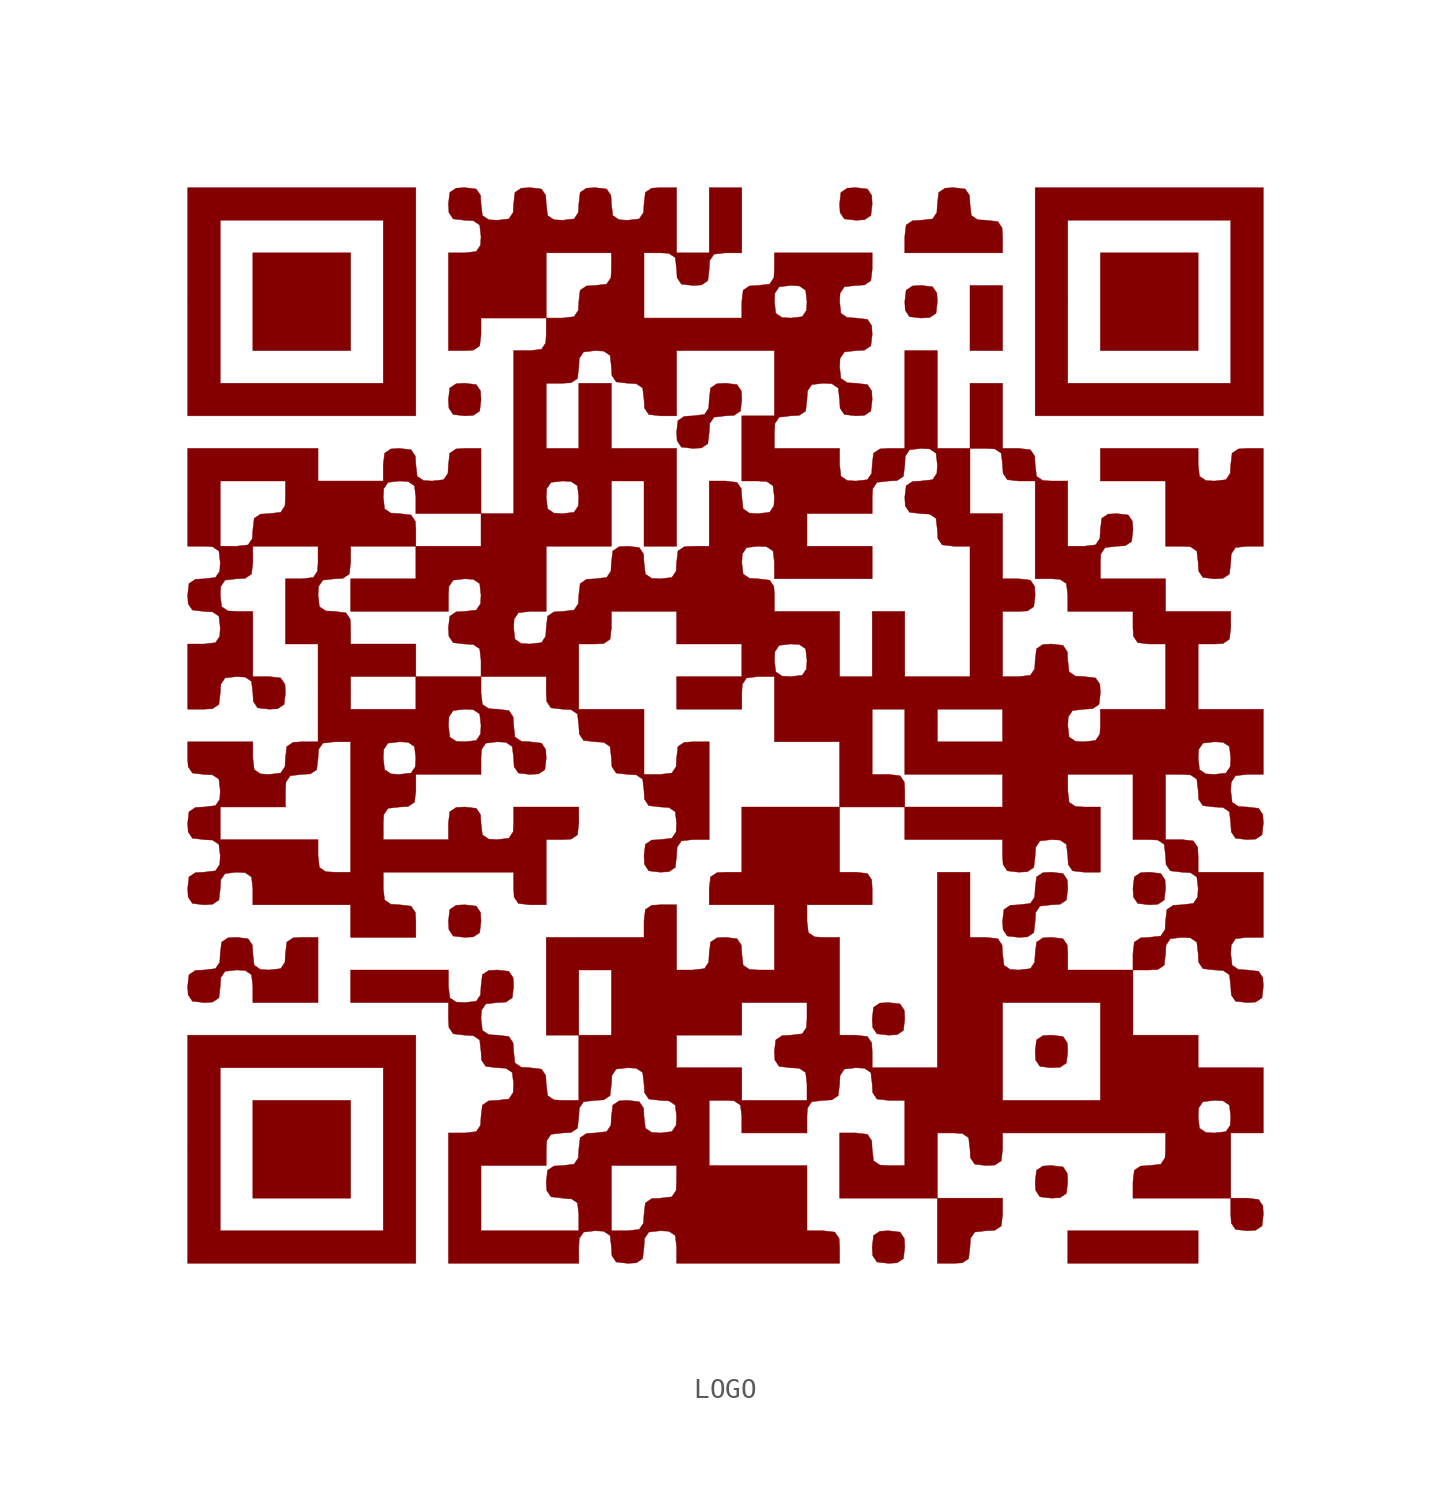
<source format=kicad_sym>
(kicad_symbol_lib
  (version 20220914)
  (generator "bitmap2component")
  (generator_version "9.0")
  (symbol "LOGO"
    (pin_names
      (offset 1.016))
    (property "Reference" "#G"
      (at 0 31.791 0)
      (effects (font (size 1.27 1.27)) hide))
    (symbol "LOGO_0_0"
      (polyline (pts (xy -15.402 -21.077) (xy -15.402 -15.402) (xy -21.077 -15.402) (xy -26.751 -15.402) (xy -26.751 -21.077) (xy -25.13 -21.077) (xy -25.13 -17.023) (xy -21.077 -17.023) (xy -17.023 -17.023) (xy -17.023 -21.077) (xy -17.023 -25.13) (xy -21.077 -25.13) (xy -25.13 -25.13) (xy -25.13 -21.077) (xy -26.751 -21.077) (xy -26.751 -26.751) (xy -21.077 -26.751) (xy -15.402 -26.751) (xy -15.402 -21.077)) (stroke (width 0.01) (type default)) (fill (type outline)))
      (polyline (pts (xy -7.296 -25.94) (xy -7.271 -25.513) (xy -7.059 -25.197) (xy -6.485 -25.13) (xy -6.057 -25.155) (xy -5.741 -25.366) (xy -5.675 -25.94) (xy -5.65 -26.368) (xy -5.438 -26.684) (xy -4.864 -26.751) (xy -4.436 -26.726) (xy -4.12 -26.515) (xy -4.053 -25.94) (xy -4.028 -25.513) (xy -3.817 -25.197) (xy -3.243 -25.13) (xy -2.815 -25.155) (xy -2.499 -25.366) (xy -2.432 -25.94) (xy -2.432 -26.751) (xy 1.621 -26.751) (xy 5.675 -26.751) (xy 5.675 -25.94) (xy 5.65 -25.513) (xy 5.438 -25.197) (xy 4.864 -25.13) (xy 4.053 -25.13) (xy 4.053 -23.509) (xy 4.053 -21.887) (xy 1.621 -21.887) (xy -0.811 -21.887) (xy -0.811 -20.266) (xy -0.811 -18.645) (xy 0 -18.645) (xy 0.428 -18.669) (xy 0.744 -18.881) (xy 0.811 -19.455) (xy 0.811 -20.266) (xy 2.432 -20.266) (xy 4.053 -20.266) (xy 4.053 -19.455) (xy 4.078 -19.027) (xy 4.29 -18.712) (xy 4.864 -18.645) (xy 5.292 -18.62) (xy 5.607 -18.408) (xy 5.675 -17.834) (xy 5.699 -17.406) (xy 5.911 -17.09) (xy 6.485 -17.023) (xy 6.913 -17.048) (xy 7.229 -17.26) (xy 7.296 -17.834) (xy 7.321 -18.262) (xy 7.532 -18.578) (xy 8.106 -18.645) (xy 8.917 -18.645) (xy 8.917 -19.455) (xy 23.509 -19.455) (xy 23.533 -19.027) (xy 23.745 -18.712) (xy 24.319 -18.645) (xy 24.747 -18.669) (xy 25.063 -18.881) (xy 25.13 -19.455) (xy 25.105 -19.883) (xy 24.893 -20.199) (xy 24.319 -20.266) (xy 23.891 -20.241) (xy 23.575 -20.029) (xy 23.509 -19.455) (xy 8.917 -19.455) (xy 8.917 -20.266) (xy 8.917 -21.887) (xy 8.106 -21.887) (xy 7.678 -21.862) (xy 7.363 -21.651) (xy 7.296 -21.077) (xy 7.271 -20.649) (xy 7.059 -20.333) (xy 6.485 -20.266) (xy 5.675 -20.266) (xy 5.675 -21.887) (xy 5.675 -23.509) (xy 8.106 -23.509) (xy 10.538 -23.509) (xy 10.538 -25.13) (xy 10.538 -26.751) (xy 11.349 -26.751) (xy 11.777 -26.726) (xy 12.093 -26.515) (xy 12.16 -25.94) (xy 12.184 -25.513) (xy 12.396 -25.197) (xy 12.97 -25.13) (xy 13.398 -25.105) (xy 13.714 -24.893) (xy 13.781 -24.319) (xy 13.781 -23.509) (xy 12.16 -23.509) (xy 10.538 -23.509) (xy 10.538 -21.887) (xy 10.538 -20.266) (xy 11.349 -20.266) (xy 11.777 -20.291) (xy 12.093 -20.502) (xy 12.16 -21.077) (xy 12.184 -21.504) (xy 12.396 -21.82) (xy 12.97 -21.887) (xy 13.398 -21.862) (xy 13.714 -21.651) (xy 13.781 -21.077) (xy 13.781 -20.266) (xy 17.834 -20.266) (xy 21.887 -20.266) (xy 21.887 -21.077) (xy 21.862 -21.504) (xy 21.651 -21.82) (xy 21.077 -21.887) (xy 20.649 -21.912) (xy 20.333 -22.124) (xy 20.266 -22.698) (xy 20.266 -23.509) (xy 22.698 -23.509) (xy 25.13 -23.509) (xy 25.13 -24.319) (xy 25.155 -24.747) (xy 25.366 -25.063) (xy 25.94 -25.13) (xy 26.368 -25.105) (xy 26.684 -24.893) (xy 26.751 -24.319) (xy 26.726 -23.891) (xy 26.515 -23.575) (xy 25.94 -23.509) (xy 25.13 -23.509) (xy 25.13 -21.887) (xy 25.13 -20.266) (xy 25.94 -20.266) (xy 26.751 -20.266) (xy 26.751 -18.645) (xy 26.751 -17.023) (xy 25.13 -17.023) (xy 23.509 -17.023) (xy 23.509 -16.213) (xy 23.509 -15.402) (xy 21.887 -15.402) (xy 20.266 -15.402) (xy 20.266 -13.781) (xy 20.266 -12.16) (xy 18.645 -12.16) (xy 17.023 -12.16) (xy 17.023 -11.349) (xy 16.999 -10.921) (xy 16.787 -10.605) (xy 16.213 -10.538) (xy 15.785 -10.563) (xy 15.469 -10.775) (xy 15.402 -11.349) (xy 15.377 -11.777) (xy 15.166 -12.093) (xy 14.591 -12.16) (xy 14.164 -12.135) (xy 13.848 -11.923) (xy 13.781 -11.349) (xy 13.756 -10.921) (xy 13.544 -10.605) (xy 12.97 -10.538) (xy 12.16 -10.538) (xy 12.16 -8.917) (xy 12.16 -7.296) (xy 11.349 -7.296) (xy 10.538 -7.296) (xy 10.538 -12.16) (xy 10.538 -16.213) (xy 13.781 -16.213) (xy 13.781 -13.781) (xy 16.213 -13.781) (xy 18.645 -13.781) (xy 18.645 -16.213) (xy 18.645 -18.645) (xy 16.213 -18.645) (xy 13.781 -18.645) (xy 13.781 -16.213) (xy 10.538 -16.213) (xy 10.538 -17.023) (xy 8.917 -17.023) (xy 7.296 -17.023) (xy 7.296 -16.213) (xy 7.271 -15.785) (xy 7.059 -15.469) (xy 6.485 -15.402) (xy 5.675 -15.402) (xy 5.675 -12.97) (xy 5.675 -10.538) (xy 4.864 -10.538) (xy 4.436 -10.513) (xy 4.12 -10.302) (xy 4.053 -9.728) (xy 4.053 -8.917) (xy 5.675 -8.917) (xy 7.296 -8.917) (xy 7.296 -8.106) (xy 7.271 -7.678) (xy 7.059 -7.363) (xy 6.485 -7.296) (xy 5.675 -7.296) (xy 5.675 -5.675) (xy 5.675 -4.053) (xy 7.296 -4.053) (xy 8.917 -4.053) (xy 8.917 -4.864) (xy 8.917 -5.675) (xy 11.349 -5.675) (xy 13.781 -5.675) (xy 13.781 -6.485) (xy 13.806 -6.913) (xy 14.017 -7.229) (xy 14.591 -7.296) (xy 15.019 -7.271) (xy 15.335 -7.059) (xy 15.402 -6.485) (xy 15.427 -6.057) (xy 15.639 -5.741) (xy 16.213 -5.675) (xy 16.641 -5.699) (xy 16.956 -5.911) (xy 17.023 -6.485) (xy 17.048 -6.913) (xy 17.26 -7.229) (xy 17.834 -7.296) (xy 18.645 -7.296) (xy 18.645 -5.675) (xy 18.645 -4.053) (xy 17.834 -4.053) (xy 17.406 -4.028) (xy 17.09 -3.817) (xy 17.023 -3.243) (xy 17.023 -2.432) (xy 18.645 -2.432) (xy 20.266 -2.432) (xy 20.266 -4.053) (xy 20.266 -5.675) (xy 21.077 -5.675) (xy 21.504 -5.699) (xy 21.82 -5.911) (xy 21.887 -6.485) (xy 21.912 -6.913) (xy 22.124 -7.229) (xy 22.698 -7.296) (xy 23.126 -7.321) (xy 23.442 -7.532) (xy 23.509 -8.106) (xy 23.484 -8.534) (xy 23.272 -8.85) (xy 22.698 -8.917) (xy 22.27 -8.942) (xy 21.954 -9.153) (xy 21.887 -9.728) (xy 21.862 -10.155) (xy 21.651 -10.471) (xy 21.077 -10.538) (xy 20.649 -10.563) (xy 20.333 -10.775) (xy 20.266 -11.349) (xy 20.266 -12.16) (xy 21.077 -12.16) (xy 21.504 -12.135) (xy 21.82 -11.923) (xy 21.887 -11.349) (xy 21.912 -10.921) (xy 22.124 -10.605) (xy 22.698 -10.538) (xy 23.126 -10.563) (xy 23.442 -10.775) (xy 23.509 -11.349) (xy 23.533 -11.777) (xy 23.745 -12.093) (xy 24.319 -12.16) (xy 24.747 -12.184) (xy 25.063 -12.396) (xy 25.13 -12.97) (xy 25.155 -13.398) (xy 25.366 -13.714) (xy 25.94 -13.781) (xy 26.368 -13.756) (xy 26.684 -13.544) (xy 26.751 -12.97) (xy 26.726 -12.542) (xy 26.515 -12.226) (xy 25.94 -12.16) (xy 25.513 -12.135) (xy 25.197 -11.923) (xy 25.13 -11.349) (xy 25.155 -10.921) (xy 25.366 -10.605) (xy 25.94 -10.538) (xy 26.751 -10.538) (xy 26.751 -8.917) (xy 26.751 -7.296) (xy 25.13 -7.296) (xy 23.509 -7.296) (xy 23.509 -6.485) (xy 23.484 -6.057) (xy 23.272 -5.741) (xy 22.698 -5.675) (xy 21.887 -5.675) (xy 21.887 -4.053) (xy 21.887 -2.432) (xy 22.698 -2.432) (xy 23.126 -2.457) (xy 23.442 -2.668) (xy 23.509 -3.243) (xy 23.533 -3.67) (xy 23.745 -3.986) (xy 24.319 -4.053) (xy 24.747 -4.078) (xy 25.063 -4.29) (xy 25.13 -4.864) (xy 25.155 -5.292) (xy 25.366 -5.607) (xy 25.94 -5.675) (xy 26.368 -5.65) (xy 26.684 -5.438) (xy 26.751 -4.864) (xy 26.726 -4.436) (xy 26.515 -4.12) (xy 25.94 -4.053) (xy 25.513 -4.028) (xy 25.197 -3.817) (xy 25.13 -3.243) (xy 25.155 -2.815) (xy 25.366 -2.499) (xy 25.94 -2.432) (xy 26.751 -2.432) (xy 26.751 -0.811) (xy 26.751 0.811) (xy 25.13 0.811) (xy 23.509 0.811) (xy 23.509 2.432) (xy 23.509 4.053) (xy 24.319 4.053) (xy 24.747 4.078) (xy 25.063 4.29) (xy 25.13 4.864) (xy 25.13 5.675) (xy 23.509 5.675) (xy 21.887 5.675) (xy 21.887 6.485) (xy 21.887 7.296) (xy 20.266 7.296) (xy 18.645 7.296) (xy 18.645 8.106) (xy 18.669 8.534) (xy 18.881 8.85) (xy 19.455 8.917) (xy 19.883 8.942) (xy 20.199 9.153) (xy 20.266 9.728) (xy 20.241 10.155) (xy 20.029 10.471) (xy 19.455 10.538) (xy 19.027 10.514) (xy 18.712 10.302) (xy 18.645 9.728) (xy 18.62 9.3) (xy 18.408 8.984) (xy 17.834 8.917) (xy 17.023 8.917) (xy 17.023 10.538) (xy 17.023 12.16) (xy 16.213 12.16) (xy 15.785 12.184) (xy 15.469 12.396) (xy 15.402 12.97) (xy 15.377 13.398) (xy 15.166 13.714) (xy 14.591 13.781) (xy 13.781 13.781) (xy 13.781 15.402) (xy 13.781 17.023) (xy 12.97 17.023) (xy 12.16 17.023) (xy 12.16 15.402) (xy 12.16 13.781) (xy 11.349 13.781) (xy 10.538 13.781) (xy 10.538 16.213) (xy 10.538 18.645) (xy 9.728 18.645) (xy 8.917 18.645) (xy 8.917 16.213) (xy 8.917 13.781) (xy 8.106 13.781) (xy 7.678 13.756) (xy 7.363 13.544) (xy 7.296 12.97) (xy 7.271 12.542) (xy 7.059 12.226) (xy 6.485 12.16) (xy 6.057 12.184) (xy 5.741 12.396) (xy 5.675 12.97) (xy 5.675 13.781) (xy 4.053 13.781) (xy 2.432 13.781) (xy 2.432 14.591) (xy 2.457 15.019) (xy 2.668 15.335) (xy 3.243 15.402) (xy 3.67 15.427) (xy 3.986 15.639) (xy 4.053 16.213) (xy 4.078 16.641) (xy 4.29 16.956) (xy 4.864 17.023) (xy 5.292 16.999) (xy 5.607 16.787) (xy 5.675 16.213) (xy 5.699 15.785) (xy 5.911 15.469) (xy 6.485 15.402) (xy 6.913 15.427) (xy 7.229 15.639) (xy 7.296 16.213) (xy 7.271 16.641) (xy 7.059 16.956) (xy 6.485 17.023) (xy 6.057 17.048) (xy 5.741 17.26) (xy 5.675 17.834) (xy 5.699 18.262) (xy 5.911 18.578) (xy 6.485 18.645) (xy 6.913 18.669) (xy 7.229 18.881) (xy 7.296 19.455) (xy 7.271 19.883) (xy 7.059 20.199) (xy 6.485 20.266) (xy 6.057 20.291) (xy 5.741 20.502) (xy 5.675 21.077) (xy 5.699 21.505) (xy 5.911 21.82) (xy 6.485 21.887) (xy 6.913 21.912) (xy 7.229 22.124) (xy 7.296 22.698) (xy 7.296 23.509) (xy 4.864 23.509) (xy 2.432 23.509) (xy 2.432 22.698) (xy 2.407 22.27) (xy 2.195 21.954) (xy 1.621 21.887) (xy 1.193 21.862) (xy 0.878 21.651) (xy 0.811 21.077) (xy 2.432 21.077) (xy 2.457 21.505) (xy 2.668 21.82) (xy 3.243 21.887) (xy 3.67 21.862) (xy 3.986 21.651) (xy 4.053 21.077) (xy 4.028 20.649) (xy 3.817 20.333) (xy 3.243 20.266) (xy 2.815 20.291) (xy 2.499 20.502) (xy 2.432 21.077) (xy 0.811 21.077) (xy 0.811 20.266) (xy -1.621 20.266) (xy -4.053 20.266) (xy -4.053 21.887) (xy -4.053 23.509) (xy -3.243 23.509) (xy -2.815 23.484) (xy -2.499 23.272) (xy -2.432 22.698) (xy -2.407 22.27) (xy -2.196 21.954) (xy -1.621 21.887) (xy -1.193 21.912) (xy -0.878 22.124) (xy -0.811 22.698) (xy -0.786 23.126) (xy -0.574 23.442) (xy 0 23.509) (xy 0.811 23.509) (xy 0.811 25.13) (xy 0.811 26.751) (xy 0 26.751) (xy -0.811 26.751) (xy -0.811 25.13) (xy -0.811 23.509) (xy -1.621 23.509) (xy -2.432 23.509) (xy -2.432 25.13) (xy -2.432 26.751) (xy -3.243 26.751) (xy -3.67 26.726) (xy -3.986 26.515) (xy -4.053 25.94) (xy -4.078 25.513) (xy -4.29 25.197) (xy -4.864 25.13) (xy -5.292 25.155) (xy -5.607 25.366) (xy -5.675 25.94) (xy -5.699 26.368) (xy -5.911 26.684) (xy -6.485 26.751) (xy -6.913 26.726) (xy -7.229 26.515) (xy -7.296 25.94) (xy -7.321 25.513) (xy -7.532 25.197) (xy -8.106 25.13) (xy -8.534 25.155) (xy -8.85 25.366) (xy -8.917 25.94) (xy -8.942 26.368) (xy -9.153 26.684) (xy -9.728 26.751) (xy -10.155 26.726) (xy -10.471 26.515) (xy -10.538 25.94) (xy -10.563 25.513) (xy -10.775 25.197) (xy -11.349 25.13) (xy -11.777 25.155) (xy -12.093 25.366) (xy -12.16 25.94) (xy -12.184 26.368) (xy -12.396 26.684) (xy -12.97 26.751) (xy -13.398 26.726) (xy -13.714 26.515) (xy -13.781 25.94) (xy -13.756 25.513) (xy -13.544 25.197) (xy -12.97 25.13) (xy -12.542 25.105) (xy -12.226 24.893) (xy -12.16 24.319) (xy -12.184 23.891) (xy -12.396 23.576) (xy -12.97 23.509) (xy -13.781 23.509) (xy -13.781 21.887) (xy -8.917 21.887) (xy -8.917 23.509) (xy -7.296 23.509) (xy -5.675 23.509) (xy -5.675 22.698) (xy -5.699 22.27) (xy -5.911 21.954) (xy -6.485 21.887) (xy -6.913 21.862) (xy -7.229 21.651) (xy -7.296 21.077) (xy -7.321 20.649) (xy -7.532 20.333) (xy -8.106 20.266) (xy -8.917 20.266) (xy -8.917 21.887) (xy -13.781 21.887) (xy -13.781 21.077) (xy -13.781 18.645) (xy -12.97 18.645) (xy -12.542 18.669) (xy -12.226 18.881) (xy -12.16 19.455) (xy -12.16 20.266) (xy -10.538 20.266) (xy -8.917 20.266) (xy -8.917 19.455) (xy -8.942 19.027) (xy -9.153 18.712) (xy -9.728 18.645) (xy -10.538 18.645) (xy -10.538 14.591) (xy -10.538 11.349) (xy -8.917 11.349) (xy -8.892 11.777) (xy -8.681 12.093) (xy -8.106 12.16) (xy -7.678 12.135) (xy -7.363 11.923) (xy -7.296 11.349) (xy -7.321 10.921) (xy -7.532 10.605) (xy -8.106 10.538) (xy -8.534 10.563) (xy -8.85 10.775) (xy -8.917 11.349) (xy -10.538 11.349) (xy -10.538 10.538) (xy -11.349 10.538) (xy -12.16 10.538) (xy -12.16 12.16) (xy -12.16 13.781) (xy -12.97 13.781) (xy -13.398 13.756) (xy -13.714 13.544) (xy -13.781 12.97) (xy -13.806 12.542) (xy -14.017 12.226) (xy -14.591 12.16) (xy -15.019 12.184) (xy -15.335 12.396) (xy -15.402 12.97) (xy -15.427 13.398) (xy -15.639 13.714) (xy -16.213 13.781) (xy -16.641 13.756) (xy -16.956 13.544) (xy -17.023 12.97) (xy -17.023 12.16) (xy -18.645 12.16) (xy -20.266 12.16) (xy -20.266 12.97) (xy -20.266 13.781) (xy -23.509 13.781) (xy -26.751 13.781) (xy -26.751 11.349) (xy -26.751 10.538) (xy -25.13 10.538) (xy -25.13 12.16) (xy -23.509 12.16) (xy -21.887 12.16) (xy -21.887 11.349) (xy -17.023 11.349) (xy -16.999 11.777) (xy -16.787 12.093) (xy -16.213 12.16) (xy -15.785 12.135) (xy -15.469 11.923) (xy -15.402 11.349) (xy -15.402 10.538) (xy -13.781 10.538) (xy -12.16 10.538) (xy -12.16 9.728) (xy -12.16 8.917) (xy -13.781 8.917) (xy -15.402 8.917) (xy -15.402 9.728) (xy -15.427 10.155) (xy -15.639 10.471) (xy -16.213 10.538) (xy -16.641 10.563) (xy -16.956 10.775) (xy -17.023 11.349) (xy -21.887 11.349) (xy -21.912 10.921) (xy -22.124 10.605) (xy -22.698 10.538) (xy -23.126 10.514) (xy -23.442 10.302) (xy -23.509 9.728) (xy -23.533 9.3) (xy -23.745 8.984) (xy -24.319 8.917) (xy -25.13 8.917) (xy -25.13 10.538) (xy -26.751 10.538) (xy -26.751 8.917) (xy -25.94 8.917) (xy -25.513 8.892) (xy -25.197 8.681) (xy -25.13 8.106) (xy -25.155 7.678) (xy -25.366 7.363) (xy -25.94 7.296) (xy -26.368 7.271) (xy -26.684 7.059) (xy -26.751 6.485) (xy -26.726 6.057) (xy -26.515 5.741) (xy -25.94 5.675) (xy -25.513 5.65) (xy -25.197 5.438) (xy -25.13 4.864) (xy -25.155 4.436) (xy -25.366 4.12) (xy -25.94 4.053) (xy -26.751 4.053) (xy -26.751 2.432) (xy -26.751 0.811) (xy -25.94 0.811) (xy -25.513 0.836) (xy -25.197 1.047) (xy -25.13 1.621) (xy -25.105 2.049) (xy -24.893 2.365) (xy -24.319 2.432) (xy -23.891 2.407) (xy -23.576 2.196) (xy -23.509 1.621) (xy -23.484 1.193) (xy -23.272 0.878) (xy -22.698 0.811) (xy -22.27 0.836) (xy -21.954 1.047) (xy -21.887 1.621) (xy -21.912 2.049) (xy -22.124 2.365) (xy -22.698 2.432) (xy -23.509 2.432) (xy -23.509 4.053) (xy -23.509 5.675) (xy -24.319 5.675) (xy -24.747 5.699) (xy -25.063 5.911) (xy -25.13 6.485) (xy -25.105 6.913) (xy -24.893 7.229) (xy -24.319 7.296) (xy -23.891 7.321) (xy -23.576 7.532) (xy -23.509 8.106) (xy -23.509 8.917) (xy -21.887 8.917) (xy -20.266 8.917) (xy -20.266 8.106) (xy -20.291 7.678) (xy -20.502 7.363) (xy -21.077 7.296) (xy -21.887 7.296) (xy -21.887 6.485) (xy -20.266 6.485) (xy -20.241 6.913) (xy -20.029 7.229) (xy -19.455 7.296) (xy -19.027 7.321) (xy -18.712 7.532) (xy -18.645 8.106) (xy -18.645 8.917) (xy -17.023 8.917) (xy -15.402 8.917) (xy -15.402 8.106) (xy -15.402 7.296) (xy -17.023 7.296) (xy -18.645 7.296) (xy -18.645 6.485) (xy -18.645 5.675) (xy -16.213 5.675) (xy -13.781 5.675) (xy -13.781 6.485) (xy -13.756 6.913) (xy -13.544 7.229) (xy -12.97 7.296) (xy -12.542 7.271) (xy -12.226 7.059) (xy -12.16 6.485) (xy -12.184 6.057) (xy -12.396 5.741) (xy -12.97 5.675) (xy -13.398 5.65) (xy -13.714 5.438) (xy -13.781 4.864) (xy -10.538 4.864) (xy -10.514 5.292) (xy -10.302 5.607) (xy -9.728 5.675) (xy -8.917 5.675) (xy -8.917 7.296) (xy -8.917 8.917) (xy -7.296 8.917) (xy -5.675 8.917) (xy -5.675 10.538) (xy -5.675 12.16) (xy -4.864 12.16) (xy -4.053 12.16) (xy -4.053 10.538) (xy -4.053 8.917) (xy -3.243 8.917) (xy -2.432 8.917) (xy -2.432 11.349) (xy -2.432 13.781) (xy -4.053 13.781) (xy -5.675 13.781) (xy -5.675 15.402) (xy -5.675 17.023) (xy -6.485 17.023) (xy -7.296 17.023) (xy -7.296 15.402) (xy -7.296 13.781) (xy -8.106 13.781) (xy -8.917 13.781) (xy -8.917 15.402) (xy -8.917 17.023) (xy -8.106 17.023) (xy -7.678 17.048) (xy -7.363 17.26) (xy -7.296 17.834) (xy -7.271 18.262) (xy -7.059 18.578) (xy -6.485 18.645) (xy -6.057 18.62) (xy -5.741 18.408) (xy -5.675 17.834) (xy -5.65 17.406) (xy -5.438 17.09) (xy -4.864 17.023) (xy -4.436 16.999) (xy -4.12 16.787) (xy -4.053 16.213) (xy -4.028 15.785) (xy -3.817 15.469) (xy -3.243 15.402) (xy -2.432 15.402) (xy -2.432 17.023) (xy -2.432 18.645) (xy 0 18.645) (xy 2.432 18.645) (xy 2.432 17.023) (xy 2.432 15.402) (xy 1.621 15.402) (xy 0.811 15.402) (xy 0.811 13.781) (xy 0.811 12.16) (xy 1.621 12.16) (xy 2.049 12.135) (xy 2.365 11.923) (xy 2.432 11.349) (xy 2.407 10.921) (xy 2.195 10.605) (xy 1.621 10.538) (xy 1.193 10.563) (xy 0.878 10.775) (xy 0.811 11.349) (xy 0.786 11.777) (xy 0.574 12.093) (xy 0 12.16) (xy -0.811 12.16) (xy -0.811 10.538) (xy -0.811 8.917) (xy -1.621 8.917) (xy -2.049 8.892) (xy -2.365 8.681) (xy -2.432 8.106) (xy 0.811 8.106) (xy 0.836 8.534) (xy 1.047 8.85) (xy 1.621 8.917) (xy 2.049 8.892) (xy 2.365 8.681) (xy 2.432 8.106) (xy 2.432 7.296) (xy 4.864 7.296) (xy 7.296 7.296) (xy 7.296 8.106) (xy 7.296 8.917) (xy 5.675 8.917) (xy 4.053 8.917) (xy 4.053 9.728) (xy 4.053 10.538) (xy 5.675 10.538) (xy 7.296 10.538) (xy 7.296 11.349) (xy 7.321 11.777) (xy 7.532 12.093) (xy 8.106 12.16) (xy 8.534 12.184) (xy 8.85 12.396) (xy 8.917 12.97) (xy 8.942 13.398) (xy 9.153 13.714) (xy 9.728 13.781) (xy 10.155 13.756) (xy 10.471 13.544) (xy 10.538 12.97) (xy 10.513 12.542) (xy 10.302 12.226) (xy 9.728 12.16) (xy 9.3 12.135) (xy 8.984 11.923) (xy 8.917 11.349) (xy 8.942 10.921) (xy 9.153 10.605) (xy 9.728 10.538) (xy 12.16 10.538) (xy 12.16 12.16) (xy 12.16 13.781) (xy 12.97 13.781) (xy 13.398 13.756) (xy 13.714 13.544) (xy 13.781 12.97) (xy 13.806 12.542) (xy 14.017 12.226) (xy 14.591 12.16) (xy 15.402 12.16) (xy 15.402 9.728) (xy 15.402 7.296) (xy 16.213 7.296) (xy 16.641 7.271) (xy 16.956 7.059) (xy 17.023 6.485) (xy 17.023 5.675) (xy 18.645 5.675) (xy 20.266 5.675) (xy 20.266 4.864) (xy 20.291 4.436) (xy 20.502 4.12) (xy 21.077 4.053) (xy 21.887 4.053) (xy 21.887 2.432) (xy 21.887 0.811) (xy 20.266 0.811) (xy 18.645 0.811) (xy 18.645 0) (xy 18.62 -0.428) (xy 18.408 -0.744) (xy 17.834 -0.811) (xy 17.406 -0.786) (xy 17.09 -0.574) (xy 17.023 0) (xy 17.048 0.428) (xy 17.26 0.744) (xy 17.834 0.811) (xy 18.262 0.836) (xy 18.578 1.047) (xy 18.645 1.621) (xy 18.62 2.049) (xy 18.408 2.365) (xy 17.834 2.432) (xy 17.406 2.457) (xy 17.09 2.668) (xy 17.023 3.243) (xy 16.999 3.67) (xy 16.787 3.986) (xy 16.213 4.053) (xy 15.785 4.028) (xy 15.469 3.817) (xy 15.402 3.243) (xy 15.377 2.815) (xy 15.166 2.499) (xy 14.591 2.432) (xy 13.781 2.432) (xy 13.781 4.053) (xy 13.781 5.675) (xy 14.591 5.675) (xy 15.019 5.699) (xy 15.335 5.911) (xy 15.402 6.485) (xy 15.377 6.913) (xy 15.166 7.229) (xy 14.591 7.296) (xy 13.781 7.296) (xy 13.781 8.917) (xy 13.781 10.538) (xy 12.97 10.538) (xy 12.16 10.538) (xy 9.728 10.538) (xy 10.155 10.514) (xy 10.471 10.302) (xy 10.538 9.728) (xy 10.563 9.3) (xy 10.775 8.984) (xy 11.349 8.917) (xy 12.16 8.917) (xy 12.16 5.675) (xy 12.16 2.432) (xy 10.538 2.432) (xy 8.917 2.432) (xy 8.917 4.053) (xy 8.917 5.675) (xy 8.106 5.675) (xy 7.296 5.675) (xy 7.296 4.053) (xy 7.296 2.432) (xy 6.485 2.432) (xy 5.675 2.432) (xy 5.675 4.053) (xy 5.675 5.675) (xy 4.053 5.675) (xy 2.432 5.675) (xy 2.432 6.485) (xy 2.407 6.913) (xy 2.195 7.229) (xy 1.621 7.296) (xy 1.193 7.321) (xy 0.878 7.532) (xy 0.811 8.106) (xy -2.432 8.106) (xy -2.457 7.678) (xy -2.668 7.363) (xy -3.243 7.296) (xy -3.67 7.321) (xy -3.986 7.532) (xy -4.053 8.106) (xy -4.078 8.534) (xy -4.29 8.85) (xy -4.864 8.917) (xy -5.292 8.892) (xy -5.607 8.681) (xy -5.675 8.106) (xy -5.699 7.678) (xy -5.911 7.363) (xy -6.485 7.296) (xy -6.913 7.271) (xy -7.229 7.059) (xy -7.296 6.485) (xy -7.321 6.057) (xy -7.532 5.741) (xy -8.106 5.675) (xy -8.534 5.65) (xy -8.85 5.438) (xy -8.917 4.864) (xy -8.942 4.436) (xy -9.153 4.12) (xy -9.728 4.053) (xy -10.155 4.078) (xy -10.471 4.29) (xy -10.538 4.864) (xy -13.781 4.864) (xy -13.756 4.436) (xy -13.544 4.12) (xy -12.97 4.053) (xy -12.542 4.028) (xy -12.226 3.817) (xy -12.16 3.243) (xy -12.16 2.432) (xy -13.781 2.432) (xy -15.402 2.432) (xy -15.402 3.243) (xy -15.402 4.053) (xy -17.023 4.053) (xy -18.645 4.053) (xy -18.645 4.864) (xy -18.669 5.292) (xy -18.881 5.607) (xy -19.455 5.675) (xy -19.883 5.699) (xy -20.199 5.911) (xy -20.266 6.485) (xy -21.887 6.485) (xy -21.887 5.675) (xy -21.887 4.053) (xy -21.077 4.053) (xy -20.266 4.053) (xy -20.266 1.621) (xy -18.645 1.621) (xy -18.645 2.432) (xy -17.023 2.432) (xy -15.402 2.432) (xy -15.402 1.621) (xy -15.402 0.811) (xy -17.023 0.811) (xy -18.645 0.811) (xy -18.645 1.621) (xy -20.266 1.621) (xy -20.266 0) (xy -13.781 0) (xy -13.756 0.428) (xy -13.544 0.744) (xy -12.97 0.811) (xy -12.542 0.786) (xy -12.226 0.574) (xy -12.16 0) (xy -12.184 -0.428) (xy -12.396 -0.744) (xy -12.97 -0.811) (xy -13.398 -0.786) (xy -13.714 -0.574) (xy -13.781 0) (xy -20.266 0) (xy -20.266 -0.811) (xy -21.077 -0.811) (xy -21.505 -0.836) (xy -21.82 -1.047) (xy -21.887 -1.621) (xy -21.912 -2.049) (xy -22.124 -2.365) (xy -22.698 -2.432) (xy -23.126 -2.407) (xy -23.442 -2.195) (xy -23.509 -1.621) (xy -23.509 -0.811) (xy -25.13 -0.811) (xy -26.751 -0.811) (xy -26.751 -1.621) (xy -26.726 -2.049) (xy -26.515 -2.365) (xy -25.94 -2.432) (xy -25.513 -2.457) (xy -25.197 -2.668) (xy -25.13 -3.243) (xy -25.155 -3.67) (xy -25.366 -3.986) (xy -25.94 -4.053) (xy -26.368 -4.078) (xy -26.684 -4.29) (xy -26.751 -4.864) (xy -26.726 -5.292) (xy -26.515 -5.607) (xy -25.94 -5.675) (xy -25.13 -5.675) (xy -25.13 -4.864) (xy -25.13 -4.053) (xy -23.509 -4.053) (xy -21.887 -4.053) (xy -21.887 -3.243) (xy -21.862 -2.815) (xy -21.651 -2.499) (xy -21.077 -2.432) (xy -20.649 -2.407) (xy -20.333 -2.195) (xy -20.266 -1.621) (xy -20.241 -1.193) (xy -20.029 -0.878) (xy -19.455 -0.811) (xy -18.645 -0.811) (xy -18.645 -1.621) (xy -17.023 -1.621) (xy -16.999 -1.193) (xy -16.787 -0.878) (xy -16.213 -0.811) (xy -15.785 -0.836) (xy -15.469 -1.047) (xy -15.402 -1.621) (xy -15.427 -2.049) (xy -15.639 -2.365) (xy -16.213 -2.432) (xy -16.641 -2.407) (xy -16.956 -2.195) (xy -17.023 -1.621) (xy -18.645 -1.621) (xy -18.645 -4.053) (xy -18.645 -7.296) (xy -19.455 -7.296) (xy -19.883 -7.271) (xy -20.199 -7.059) (xy -20.266 -6.485) (xy -20.266 -5.675) (xy -22.698 -5.675) (xy -25.13 -5.675) (xy -25.94 -5.675) (xy -25.513 -5.699) (xy -25.197 -5.911) (xy -25.13 -6.485) (xy -25.155 -6.913) (xy -25.366 -7.229) (xy -25.94 -7.296) (xy -26.368 -7.321) (xy -26.684 -7.532) (xy -26.751 -8.106) (xy -26.726 -8.534) (xy -26.515 -8.85) (xy -25.94 -8.917) (xy -25.513 -8.892) (xy -25.197 -8.681) (xy -25.13 -8.106) (xy -25.105 -7.678) (xy -24.893 -7.363) (xy -24.319 -7.296) (xy -23.891 -7.321) (xy -23.576 -7.532) (xy -23.509 -8.106) (xy -23.509 -8.917) (xy -21.077 -8.917) (xy -18.645 -8.917) (xy -18.645 -9.728) (xy -18.645 -10.538) (xy -17.023 -10.538) (xy -15.402 -10.538) (xy -15.402 -9.728) (xy -15.427 -9.3) (xy -15.639 -8.984) (xy -16.213 -8.917) (xy -16.641 -8.892) (xy -16.956 -8.681) (xy -17.023 -8.106) (xy -17.023 -7.296) (xy -13.781 -7.296) (xy -10.538 -7.296) (xy -10.538 -8.106) (xy -10.514 -8.534) (xy -10.302 -8.85) (xy -9.728 -8.917) (xy -8.917 -8.917) (xy -8.917 -7.296) (xy -8.917 -5.675) (xy -8.106 -5.675) (xy -7.678 -5.65) (xy -7.363 -5.438) (xy -7.296 -4.864) (xy -7.296 -4.053) (xy -8.917 -4.053) (xy -10.538 -4.053) (xy -10.538 -4.864) (xy -10.563 -5.292) (xy -10.775 -5.607) (xy -11.349 -5.675) (xy -11.777 -5.65) (xy -12.093 -5.438) (xy -12.16 -4.864) (xy -12.184 -4.436) (xy -12.396 -4.12) (xy -12.97 -4.053) (xy -13.398 -4.078) (xy -13.714 -4.29) (xy -13.781 -4.864) (xy -13.781 -5.675) (xy -15.402 -5.675) (xy -17.023 -5.675) (xy -17.023 -4.864) (xy -16.999 -4.436) (xy -16.787 -4.12) (xy -16.213 -4.053) (xy -15.785 -4.028) (xy -15.469 -3.817) (xy -15.402 -3.243) (xy -15.402 -2.432) (xy -13.781 -2.432) (xy -12.16 -2.432) (xy -12.16 -1.621) (xy -12.135 -1.193) (xy -11.923 -0.878) (xy -11.349 -0.811) (xy -10.921 -0.836) (xy -10.605 -1.047) (xy -10.538 -1.621) (xy -10.514 -2.049) (xy -10.302 -2.365) (xy -9.728 -2.432) (xy -9.3 -2.407) (xy -8.984 -2.195) (xy -8.917 -1.621) (xy -8.942 -1.193) (xy -9.153 -0.878) (xy -9.728 -0.811) (xy -10.155 -0.786) (xy -10.471 -0.574) (xy -10.538 0) (xy -10.563 0.428) (xy -10.775 0.744) (xy -11.349 0.811) (xy -11.777 0.836) (xy -12.093 1.047) (xy -12.16 1.621) (xy -12.16 2.432) (xy -10.538 2.432) (xy -8.917 2.432) (xy -8.917 1.621) (xy -8.892 1.193) (xy -8.681 0.878) (xy -8.106 0.811) (xy -7.678 0.786) (xy -7.363 0.574) (xy -7.296 0) (xy -7.271 -0.428) (xy -7.059 -0.744) (xy -6.485 -0.811) (xy -6.057 -0.836) (xy -5.741 -1.047) (xy -5.675 -1.621) (xy -5.65 -2.049) (xy -5.438 -2.365) (xy -4.864 -2.432) (xy -4.436 -2.457) (xy -4.12 -2.668) (xy -4.053 -3.243) (xy -4.028 -3.67) (xy -3.817 -3.986) (xy -3.243 -4.053) (xy -2.815 -4.078) (xy -2.499 -4.29) (xy -2.432 -4.864) (xy -2.457 -5.292) (xy -2.668 -5.607) (xy -3.243 -5.675) (xy -3.67 -5.699) (xy -3.986 -5.911) (xy -4.053 -6.485) (xy -4.028 -6.913) (xy -3.817 -7.229) (xy -3.243 -7.296) (xy -2.815 -7.271) (xy -2.499 -7.059) (xy -2.432 -6.485) (xy -2.407 -6.057) (xy -2.196 -5.741) (xy -1.621 -5.675) (xy -0.811 -5.675) (xy -0.811 -3.243) (xy -0.811 -0.811) (xy -1.621 -0.811) (xy -2.049 -0.836) (xy -2.365 -1.047) (xy -2.432 -1.621) (xy -2.457 -2.049) (xy -2.668 -2.365) (xy -3.243 -2.432) (xy -4.053 -2.432) (xy -4.053 -0.811) (xy -4.053 0.811) (xy -5.675 0.811) (xy -7.296 0.811) (xy -7.296 2.432) (xy -7.296 4.053) (xy -6.485 4.053) (xy -6.057 4.078) (xy -5.741 4.29) (xy -5.675 4.864) (xy -5.675 5.675) (xy -4.053 5.675) (xy -2.432 5.675) (xy -2.432 4.864) (xy -2.432 4.053) (xy -0.811 4.053) (xy 0.811 4.053) (xy 0.811 3.243) (xy 2.432 3.243) (xy 2.457 3.67) (xy 2.668 3.986) (xy 3.243 4.053) (xy 3.67 4.028) (xy 3.986 3.817) (xy 4.053 3.243) (xy 4.028 2.815) (xy 3.817 2.499) (xy 3.243 2.432) (xy 2.815 2.457) (xy 2.499 2.668) (xy 2.432 3.243) (xy 0.811 3.243) (xy 0.811 2.432) (xy -0.811 2.432) (xy -2.432 2.432) (xy -2.432 1.621) (xy -2.432 0.811) (xy -0.811 0.811) (xy 0.811 0.811) (xy 0.811 1.621) (xy 0.836 2.049) (xy 1.047 2.365) (xy 1.621 2.432) (xy 2.432 2.432) (xy 2.432 0.811) (xy 2.432 -0.811) (xy 4.053 -0.811) (xy 5.675 -0.811) (xy 5.675 -2.432) (xy 7.296 -2.432) (xy 7.296 -0.811) (xy 7.296 0.811) (xy 8.106 0.811) (xy 8.917 0.811) (xy 8.917 0) (xy 10.538 0) (xy 10.538 0.811) (xy 12.16 0.811) (xy 13.781 0.811) (xy 13.781 0) (xy 13.781 -0.811) (xy 12.16 -0.811) (xy 10.538 -0.811) (xy 10.538 0) (xy 8.917 0) (xy 8.917 -0.811) (xy 8.917 -1.621) (xy 23.509 -1.621) (xy 23.533 -1.193) (xy 23.745 -0.878) (xy 24.319 -0.811) (xy 24.747 -0.836) (xy 25.063 -1.047) (xy 25.13 -1.621) (xy 25.105 -2.049) (xy 24.893 -2.365) (xy 24.319 -2.432) (xy 23.891 -2.407) (xy 23.575 -2.195) (xy 23.509 -1.621) (xy 8.917 -1.621) (xy 8.917 -2.432) (xy 11.349 -2.432) (xy 13.781 -2.432) (xy 13.781 -3.243) (xy 13.781 -4.053) (xy 11.349 -4.053) (xy 8.917 -4.053) (xy 8.917 -3.243) (xy 8.892 -2.815) (xy 8.681 -2.499) (xy 8.106 -2.432) (xy 7.296 -2.432) (xy 5.675 -2.432) (xy 5.675 -4.053) (xy 3.243 -4.053) (xy 0.811 -4.053) (xy 0.811 -5.675) (xy 0.811 -7.296) (xy 0 -7.296) (xy -0.428 -7.321) (xy -0.744 -7.532) (xy -0.811 -8.106) (xy -0.811 -8.917) (xy 0.811 -8.917) (xy 2.432 -8.917) (xy 2.432 -10.538) (xy 2.432 -12.16) (xy 1.621 -12.16) (xy 1.193 -12.135) (xy 0.878 -11.923) (xy 0.811 -11.349) (xy 0.786 -10.921) (xy 0.574 -10.605) (xy 0 -10.538) (xy -0.428 -10.563) (xy -0.744 -10.775) (xy -0.811 -11.349) (xy -0.836 -11.777) (xy -1.047 -12.093) (xy -1.621 -12.16) (xy -2.432 -12.16) (xy -2.432 -10.538) (xy -2.432 -8.917) (xy -3.243 -8.917) (xy -3.67 -8.942) (xy -3.986 -9.153) (xy -4.053 -9.728) (xy -4.053 -10.538) (xy -6.485 -10.538) (xy -8.917 -10.538) (xy -8.917 -12.97) (xy -8.917 -13.781) (xy -7.296 -13.781) (xy -7.296 -12.16) (xy -6.485 -12.16) (xy -5.675 -12.16) (xy -5.675 -13.781) (xy -5.675 -15.402) (xy -6.485 -15.402) (xy -7.296 -15.402) (xy -7.296 -13.781) (xy -8.917 -13.781) (xy -8.917 -15.402) (xy -8.106 -15.402) (xy -7.296 -15.402) (xy -7.296 -17.023) (xy -7.296 -18.645) (xy -8.106 -18.645) (xy -8.534 -18.62) (xy -8.85 -18.408) (xy -8.917 -17.834) (xy -8.942 -17.406) (xy -9.153 -17.09) (xy -9.728 -17.023) (xy -10.155 -16.999) (xy -10.471 -16.787) (xy -10.538 -16.213) (xy -10.563 -15.785) (xy -10.775 -15.469) (xy -11.349 -15.402) (xy -11.777 -15.377) (xy -12.093 -15.166) (xy -12.16 -14.591) (xy -12.135 -14.164) (xy -11.923 -13.848) (xy -11.349 -13.781) (xy -10.921 -13.756) (xy -10.605 -13.544) (xy -10.538 -12.97) (xy -10.563 -12.542) (xy -10.775 -12.226) (xy -11.349 -12.16) (xy -11.777 -12.184) (xy -12.093 -12.396) (xy -12.16 -12.97) (xy -12.184 -13.398) (xy -12.396 -13.714) (xy -12.97 -13.781) (xy -13.398 -13.756) (xy -13.714 -13.544) (xy -13.781 -12.97) (xy -13.781 -12.16) (xy -16.213 -12.16) (xy -18.645 -12.16) (xy -18.645 -12.97) (xy -18.645 -13.781) (xy -16.213 -13.781) (xy -13.781 -13.781) (xy -13.781 -14.591) (xy -13.756 -15.019) (xy -13.544 -15.335) (xy -12.97 -15.402) (xy -12.542 -15.427) (xy -12.226 -15.639) (xy -12.16 -16.213) (xy -12.135 -16.641) (xy -11.923 -16.956) (xy -11.349 -17.023) (xy -10.921 -17.048) (xy -10.605 -17.26) (xy -10.538 -17.834) (xy -10.563 -18.262) (xy -10.775 -18.578) (xy -11.349 -18.645) (xy -11.777 -18.669) (xy -12.093 -18.881) (xy -12.16 -19.455) (xy -12.184 -19.883) (xy -12.396 -20.199) (xy -12.97 -20.266) (xy -13.781 -20.266) (xy -13.781 -23.509) (xy -12.16 -23.509) (xy -12.16 -21.887) (xy -10.538 -21.887) (xy -8.917 -21.887) (xy -8.917 -21.077) (xy -8.892 -20.649) (xy -8.681 -20.333) (xy -8.106 -20.266) (xy -7.678 -20.241) (xy -7.363 -20.029) (xy -7.296 -19.455) (xy -7.271 -19.027) (xy -7.059 -18.712) (xy -6.485 -18.645) (xy -6.057 -18.62) (xy -5.741 -18.408) (xy -5.675 -17.834) (xy -5.65 -17.406) (xy -5.438 -17.09) (xy -4.864 -17.023) (xy -2.432 -17.023) (xy -2.432 -16.213) (xy -2.432 -15.402) (xy -0.811 -15.402) (xy 0.811 -15.402) (xy 0.811 -14.591) (xy 0.811 -13.781) (xy 2.432 -13.781) (xy 4.053 -13.781) (xy 4.053 -14.591) (xy 4.028 -15.019) (xy 3.817 -15.335) (xy 3.243 -15.402) (xy 2.815 -15.427) (xy 2.499 -15.639) (xy 2.432 -16.213) (xy 2.457 -16.641) (xy 2.668 -16.956) (xy 3.243 -17.023) (xy 3.67 -17.048) (xy 3.986 -17.26) (xy 4.053 -17.834) (xy 4.053 -18.645) (xy 2.432 -18.645) (xy 0.811 -18.645) (xy 0.811 -17.834) (xy 0.811 -17.023) (xy -0.811 -17.023) (xy -2.432 -17.023) (xy -4.864 -17.023) (xy -4.436 -17.048) (xy -4.12 -17.26) (xy -4.053 -17.834) (xy -4.028 -18.262) (xy -3.817 -18.578) (xy -3.243 -18.645) (xy -2.815 -18.669) (xy -2.499 -18.881) (xy -2.432 -19.455) (xy -2.457 -19.883) (xy -2.668 -20.199) (xy -3.243 -20.266) (xy -3.67 -20.241) (xy -3.986 -20.029) (xy -4.053 -19.455) (xy -4.078 -19.027) (xy -4.29 -18.712) (xy -4.864 -18.645) (xy -5.292 -18.669) (xy -5.607 -18.881) (xy -5.675 -19.455) (xy -5.699 -19.883) (xy -5.911 -20.199) (xy -6.485 -20.266) (xy -6.913 -20.291) (xy -7.229 -20.502) (xy -7.296 -21.077) (xy -7.321 -21.504) (xy -7.532 -21.82) (xy -8.106 -21.887) (xy -8.534 -21.912) (xy -8.85 -22.124) (xy -8.917 -22.698) (xy -8.892 -23.126) (xy -8.681 -23.442) (xy -8.106 -23.509) (xy -5.675 -23.509) (xy -5.675 -21.887) (xy -4.053 -21.887) (xy -2.432 -21.887) (xy -2.432 -22.698) (xy -2.457 -23.126) (xy -2.668 -23.442) (xy -3.243 -23.509) (xy -3.67 -23.533) (xy -3.986 -23.745) (xy -4.053 -24.319) (xy -4.078 -24.747) (xy -4.29 -25.063) (xy -4.864 -25.13) (xy -5.675 -25.13) (xy -5.675 -23.509) (xy -8.106 -23.509) (xy -7.678 -23.533) (xy -7.363 -23.745) (xy -7.296 -24.319) (xy -7.296 -25.13) (xy -9.728 -25.13) (xy -12.16 -25.13) (xy -12.16 -23.509) (xy -13.781 -23.509) (xy -13.781 -26.751) (xy -10.538 -26.751) (xy -7.296 -26.751) (xy -7.296 -25.94)) (stroke (width 0.01) (type default)) (fill (type outline)))
      (polyline (pts (xy 8.534 -26.726) (xy 8.85 -26.515) (xy 8.917 -25.94) (xy 8.892 -25.513) (xy 8.681 -25.197) (xy 8.106 -25.13) (xy 7.678 -25.155) (xy 7.363 -25.366) (xy 7.296 -25.94) (xy 7.321 -26.368) (xy 7.532 -26.684) (xy 8.106 -26.751) (xy 8.534 -26.726)) (stroke (width 0.01) (type default)) (fill (type outline)))
      (polyline (pts (xy 23.509 -25.94) (xy 23.509 -25.13) (xy 20.266 -25.13) (xy 17.023 -25.13) (xy 17.023 -25.94) (xy 17.023 -26.751) (xy 20.266 -26.751) (xy 23.509 -26.751) (xy 23.509 -25.94)) (stroke (width 0.01) (type default)) (fill (type outline)))
      (polyline (pts (xy 16.641 -23.484) (xy 16.956 -23.272) (xy 17.023 -22.698) (xy 16.999 -22.27) (xy 16.787 -21.954) (xy 16.213 -21.887) (xy 15.785 -21.912) (xy 15.469 -22.124) (xy 15.402 -22.698) (xy 15.427 -23.126) (xy 15.639 -23.442) (xy 16.213 -23.509) (xy 16.641 -23.484)) (stroke (width 0.01) (type default)) (fill (type outline)))
      (polyline (pts (xy -20.266 -12.16) (xy -20.266 -10.538) (xy -21.077 -10.538) (xy -21.505 -10.563) (xy -21.82 -10.775) (xy -21.887 -11.349) (xy -21.912 -11.777) (xy -22.124 -12.093) (xy -22.698 -12.16) (xy -23.126 -12.135) (xy -23.442 -11.923) (xy -23.509 -11.349) (xy -23.533 -10.921) (xy -23.745 -10.605) (xy -24.319 -10.538) (xy -24.747 -10.563) (xy -25.063 -10.775) (xy -25.13 -11.349) (xy -25.155 -11.777) (xy -25.366 -12.093) (xy -25.94 -12.16) (xy -26.368 -12.184) (xy -26.684 -12.396) (xy -26.751 -12.97) (xy -26.726 -13.398) (xy -26.515 -13.714) (xy -25.94 -13.781) (xy -25.513 -13.756) (xy -25.197 -13.544) (xy -25.13 -12.97) (xy -25.105 -12.542) (xy -24.893 -12.226) (xy -24.319 -12.16) (xy -23.891 -12.184) (xy -23.576 -12.396) (xy -23.509 -12.97) (xy -23.509 -13.781) (xy -21.887 -13.781) (xy -20.266 -13.781) (xy -20.266 -12.16)) (stroke (width 0.01) (type default)) (fill (type outline)))
      (polyline (pts (xy -12.542 -10.513) (xy -12.226 -10.302) (xy -12.16 -9.728) (xy -12.184 -9.3) (xy -12.396 -8.984) (xy -12.97 -8.917) (xy -13.398 -8.942) (xy -13.714 -9.153) (xy -13.781 -9.728) (xy -13.756 -10.155) (xy -13.544 -10.471) (xy -12.97 -10.538) (xy -12.542 -10.513)) (stroke (width 0.01) (type default)) (fill (type outline)))
      (polyline (pts (xy 24.747 7.321) (xy 25.063 7.532) (xy 25.13 8.106) (xy 25.155 8.534) (xy 25.366 8.85) (xy 25.94 8.917) (xy 26.751 8.917) (xy 26.751 11.349) (xy 26.751 13.781) (xy 25.94 13.781) (xy 25.513 13.756) (xy 25.197 13.544) (xy 25.13 12.97) (xy 25.105 12.542) (xy 24.893 12.226) (xy 24.319 12.16) (xy 23.891 12.184) (xy 23.575 12.396) (xy 23.509 12.97) (xy 23.509 13.781) (xy 21.077 13.781) (xy 18.645 13.781) (xy 18.645 12.97) (xy 18.645 12.16) (xy 20.266 12.16) (xy 21.887 12.16) (xy 21.887 10.538) (xy 21.887 8.917) (xy 22.698 8.917) (xy 23.126 8.892) (xy 23.442 8.681) (xy 23.509 8.106) (xy 23.533 7.678) (xy 23.745 7.363) (xy 24.319 7.296) (xy 24.747 7.321)) (stroke (width 0.01) (type default)) (fill (type outline)))
      (polyline (pts (xy -15.402 21.077) (xy -15.402 26.751) (xy -21.077 26.751) (xy -26.751 26.751) (xy -26.751 21.077) (xy -25.13 21.077) (xy -25.13 25.13) (xy -21.077 25.13) (xy -17.023 25.13) (xy -17.023 21.077) (xy -17.023 17.023) (xy -21.077 17.023) (xy -25.13 17.023) (xy -25.13 21.077) (xy -26.751 21.077) (xy -26.751 15.402) (xy -21.077 15.402) (xy -15.402 15.402) (xy -15.402 21.077)) (stroke (width 0.01) (type default)) (fill (type outline)))
      (polyline (pts (xy -12.542 15.427) (xy -12.226 15.639) (xy -12.16 16.213) (xy -12.184 16.641) (xy -12.396 16.956) (xy -12.97 17.023) (xy -13.398 16.999) (xy -13.714 16.787) (xy -13.781 16.213) (xy -13.756 15.785) (xy -13.544 15.469) (xy -12.97 15.402) (xy -12.542 15.427)) (stroke (width 0.01) (type default)) (fill (type outline)))
      (polyline (pts (xy 26.751 21.077) (xy 26.751 26.751) (xy 21.077 26.751) (xy 15.402 26.751) (xy 15.402 21.077) (xy 17.023 21.077) (xy 17.023 25.13) (xy 21.077 25.13) (xy 25.13 25.13) (xy 25.13 21.077) (xy 25.13 17.023) (xy 21.077 17.023) (xy 17.023 17.023) (xy 17.023 21.077) (xy 15.402 21.077) (xy 15.402 15.402) (xy 21.077 15.402) (xy 26.751 15.402) (xy 26.751 21.077)) (stroke (width 0.01) (type default)) (fill (type outline)))
      (polyline (pts (xy 13.781 20.266) (xy 13.781 21.887) (xy 12.97 21.887) (xy 12.16 21.887) (xy 12.16 20.266) (xy 12.16 18.645) (xy 12.97 18.645) (xy 13.781 18.645) (xy 13.781 20.266)) (stroke (width 0.01) (type default)) (fill (type outline)))
      (polyline (pts (xy 10.155 20.291) (xy 10.471 20.502) (xy 10.538 21.077) (xy 10.513 21.505) (xy 10.302 21.82) (xy 9.728 21.887) (xy 9.3 21.862) (xy 8.984 21.651) (xy 8.917 21.077) (xy 8.942 20.649) (xy 9.153 20.333) (xy 9.728 20.266) (xy 10.155 20.291)) (stroke (width 0.01) (type default)) (fill (type outline)))
      (polyline (pts (xy 13.781 24.319) (xy 13.756 24.747) (xy 13.544 25.063) (xy 12.97 25.13) (xy 12.542 25.155) (xy 12.226 25.366) (xy 12.16 25.94) (xy 12.135 26.368) (xy 11.923 26.684) (xy 11.349 26.751) (xy 10.921 26.726) (xy 10.605 26.515) (xy 10.538 25.94) (xy 10.513 25.513) (xy 10.302 25.197) (xy 9.728 25.13) (xy 9.3 25.105) (xy 8.984 24.893) (xy 8.917 24.319) (xy 8.917 23.509) (xy 11.349 23.509) (xy 13.781 23.509) (xy 13.781 24.319)) (stroke (width 0.01) (type default)) (fill (type outline)))
      (polyline (pts (xy 6.913 25.155) (xy 7.229 25.366) (xy 7.296 25.94) (xy 7.271 26.368) (xy 7.059 26.684) (xy 6.485 26.751) (xy 6.057 26.726) (xy 5.741 26.515) (xy 5.675 25.94) (xy 5.699 25.513) (xy 5.911 25.197) (xy 6.485 25.13) (xy 6.913 25.155)) (stroke (width 0.01) (type default)) (fill (type outline)))
      (polyline (pts (xy -18.645 -21.077) (xy -18.645 -18.645) (xy -21.077 -18.645) (xy -23.509 -18.645) (xy -23.509 -21.077) (xy -23.509 -23.509) (xy -21.077 -23.509) (xy -18.645 -23.509) (xy -18.645 -21.077)) (stroke (width 0.01) (type default)) (fill (type outline)))
      (polyline (pts (xy 16.641 -16.999) (xy 16.956 -16.787) (xy 17.023 -16.213) (xy 16.999 -15.785) (xy 16.787 -15.469) (xy 16.213 -15.402) (xy 15.785 -15.427) (xy 15.469 -15.639) (xy 15.402 -16.213) (xy 15.427 -16.641) (xy 15.639 -16.956) (xy 16.213 -17.023) (xy 16.641 -16.999)) (stroke (width 0.01) (type default)) (fill (type outline)))
      (polyline (pts (xy 8.534 -15.377) (xy 8.85 -15.166) (xy 8.917 -14.591) (xy 8.892 -14.164) (xy 8.681 -13.848) (xy 8.106 -13.781) (xy 7.678 -13.806) (xy 7.363 -14.017) (xy 7.296 -14.591) (xy 7.321 -15.019) (xy 7.532 -15.335) (xy 8.106 -15.402) (xy 8.534 -15.377)) (stroke (width 0.01) (type default)) (fill (type outline)))
      (polyline (pts (xy 15.019 -10.513) (xy 15.335 -10.302) (xy 15.402 -9.728) (xy 15.427 -9.3) (xy 15.639 -8.984) (xy 16.213 -8.917) (xy 16.641 -8.892) (xy 16.956 -8.681) (xy 17.023 -8.106) (xy 16.999 -7.678) (xy 16.787 -7.363) (xy 16.213 -7.296) (xy 15.785 -7.321) (xy 15.469 -7.532) (xy 15.402 -8.106) (xy 15.377 -8.534) (xy 15.166 -8.85) (xy 14.591 -8.917) (xy 14.164 -8.942) (xy 13.848 -9.153) (xy 13.781 -9.728) (xy 13.806 -10.155) (xy 14.017 -10.471) (xy 14.591 -10.538) (xy 15.019 -10.513)) (stroke (width 0.01) (type default)) (fill (type outline)))
      (polyline (pts (xy 21.504 -8.892) (xy 21.82 -8.681) (xy 21.887 -8.106) (xy 21.862 -7.678) (xy 21.651 -7.363) (xy 21.077 -7.296) (xy 20.649 -7.321) (xy 20.333 -7.532) (xy 20.266 -8.106) (xy 20.291 -8.534) (xy 20.502 -8.85) (xy 21.077 -8.917) (xy 21.504 -8.892)) (stroke (width 0.01) (type default)) (fill (type outline)))
      (polyline (pts (xy -1.193 13.806) (xy -0.878 14.017) (xy -0.811 14.591) (xy -0.786 15.019) (xy -0.574 15.335) (xy 0 15.402) (xy 0.428 15.427) (xy 0.744 15.639) (xy 0.811 16.213) (xy 0.786 16.641) (xy 0.574 16.956) (xy 0 17.023) (xy -0.428 16.999) (xy -0.744 16.787) (xy -0.811 16.213) (xy -0.836 15.785) (xy -1.047 15.469) (xy -1.621 15.402) (xy -2.049 15.377) (xy -2.365 15.166) (xy -2.432 14.591) (xy -2.407 14.164) (xy -2.196 13.848) (xy -1.621 13.781) (xy -1.193 13.806)) (stroke (width 0.01) (type default)) (fill (type outline)))
      (polyline (pts (xy -18.645 21.077) (xy -18.645 23.509) (xy -21.077 23.509) (xy -23.509 23.509) (xy -23.509 21.077) (xy -23.509 18.645) (xy -21.077 18.645) (xy -18.645 18.645) (xy -18.645 21.077)) (stroke (width 0.01) (type default)) (fill (type outline)))
      (polyline (pts (xy 23.509 21.077) (xy 23.509 23.509) (xy 21.077 23.509) (xy 18.645 23.509) (xy 18.645 21.077) (xy 18.645 18.645) (xy 21.077 18.645) (xy 23.509 18.645) (xy 23.509 21.077)) (stroke (width 0.01) (type default)) (fill (type outline))))))
</source>
